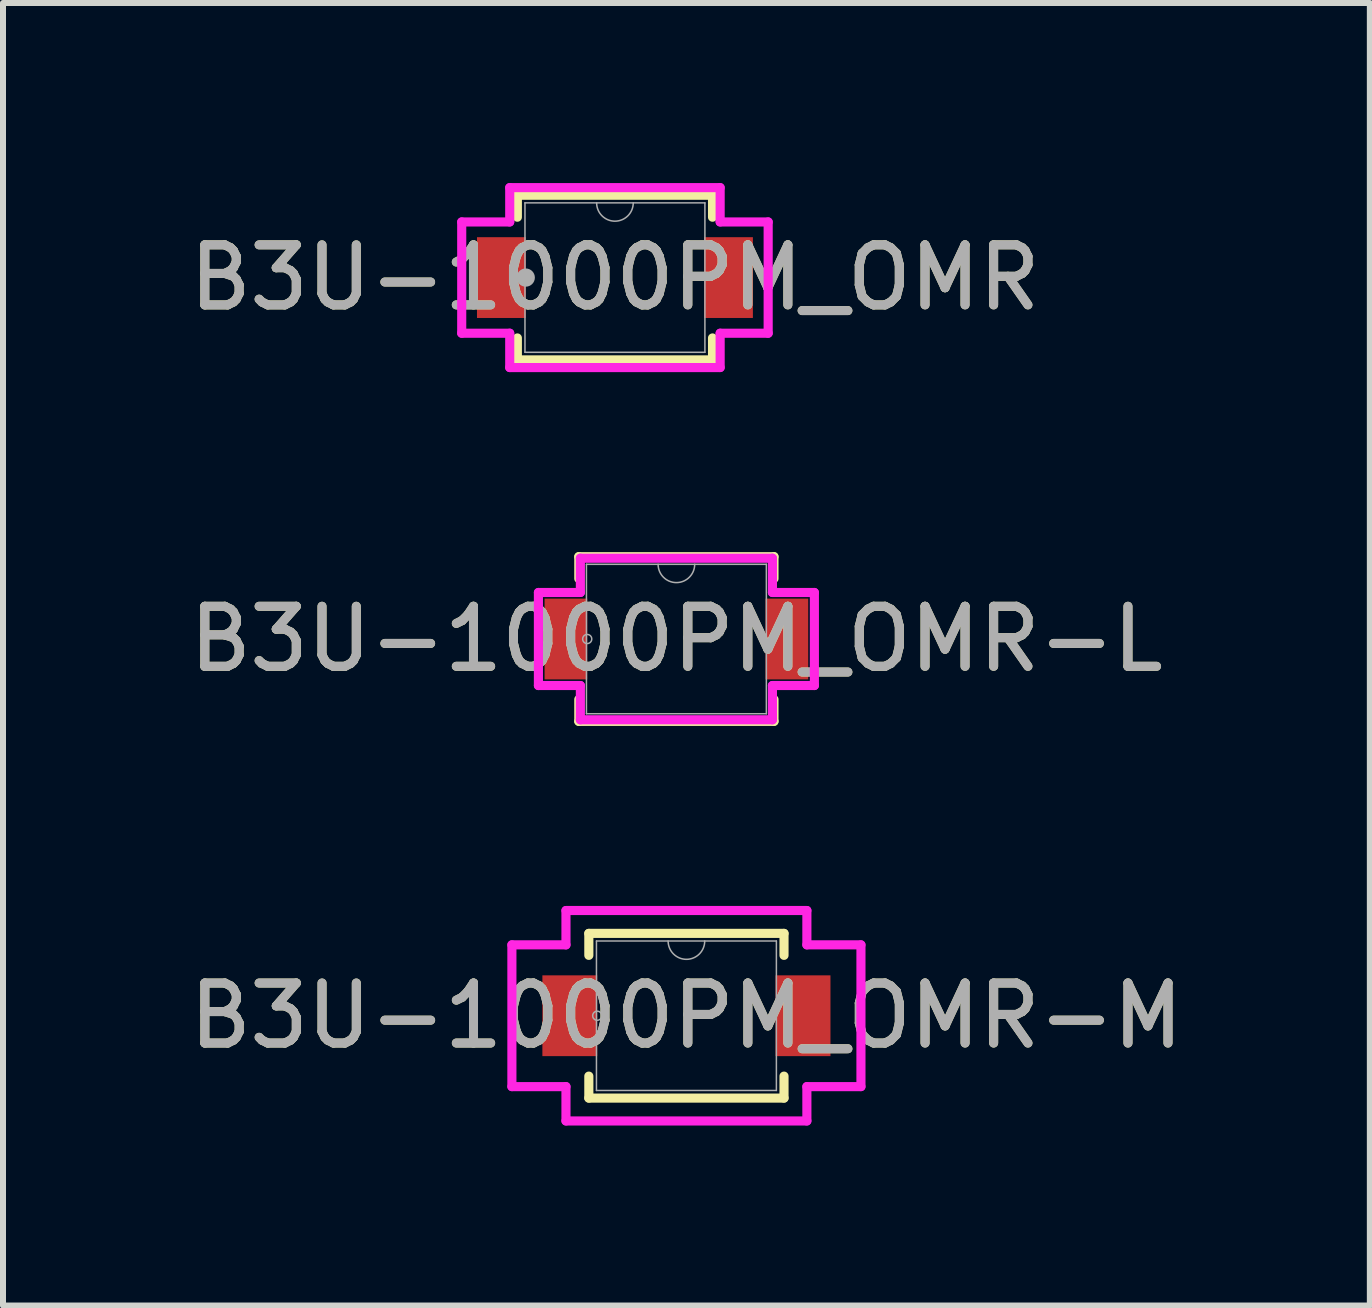
<source format=kicad_pcb>
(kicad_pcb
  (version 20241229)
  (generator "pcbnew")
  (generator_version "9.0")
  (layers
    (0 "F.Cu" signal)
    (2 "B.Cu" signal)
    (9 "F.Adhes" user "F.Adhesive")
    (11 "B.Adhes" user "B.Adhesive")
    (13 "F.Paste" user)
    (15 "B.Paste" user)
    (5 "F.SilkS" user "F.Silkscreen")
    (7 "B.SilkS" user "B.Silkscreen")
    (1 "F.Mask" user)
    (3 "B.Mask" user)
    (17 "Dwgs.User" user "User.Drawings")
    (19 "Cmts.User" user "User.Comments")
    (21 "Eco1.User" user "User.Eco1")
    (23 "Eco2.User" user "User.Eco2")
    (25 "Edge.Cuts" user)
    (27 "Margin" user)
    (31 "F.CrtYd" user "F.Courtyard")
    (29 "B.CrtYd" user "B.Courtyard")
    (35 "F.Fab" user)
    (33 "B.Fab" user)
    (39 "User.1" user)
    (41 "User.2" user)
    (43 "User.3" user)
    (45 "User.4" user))
  (footprint "B3U-1000PM_OMR-L"
    (layer "F.Cu")
    (at 8.22 7.597)
    (property "Reference" "B3U-1000PM_OMR-L" (at 0 0 0) (unlocked yes) (layer "F.SilkS") (effects (font (size 1 1) (thickness 0.15))))
    (attr smd)
    (fp_line (start -1.626 -1.372) (end -1.626 -1.006) (stroke (width 0.152) (type solid)) (layer "F.SilkS"))
    (fp_line (start -1.626 1.006) (end -1.626 1.372) (stroke (width 0.152) (type solid)) (layer "F.SilkS"))
    (fp_line (start -1.626 1.372) (end 1.626 1.372) (stroke (width 0.152) (type solid)) (layer "F.SilkS"))
    (fp_line (start 1.626 -1.372) (end -1.626 -1.372) (stroke (width 0.152) (type solid)) (layer "F.SilkS"))
    (fp_line (start 1.626 -1.006) (end 1.626 -1.372) (stroke (width 0.152) (type solid)) (layer "F.SilkS"))
    (fp_line (start 1.626 1.372) (end 1.626 1.006) (stroke (width 0.152) (type solid)) (layer "F.SilkS"))
    (fp_line (start -2.299 -0.775) (end -1.6 -0.775) (stroke (width 0.152) (type solid)) (layer "F.CrtYd"))
    (fp_line (start -2.299 0.775) (end -2.299 -0.775) (stroke (width 0.152) (type solid)) (layer "F.CrtYd"))
    (fp_line (start -2.299 0.775) (end -1.6 0.775) (stroke (width 0.152) (type solid)) (layer "F.CrtYd"))
    (fp_line (start -1.6 -1.346) (end 1.6 -1.346) (stroke (width 0.152) (type solid)) (layer "F.CrtYd"))
    (fp_line (start -1.6 -0.775) (end -1.6 -1.346) (stroke (width 0.152) (type solid)) (layer "F.CrtYd"))
    (fp_line (start -1.6 1.346) (end -1.6 0.775) (stroke (width 0.152) (type solid)) (layer "F.CrtYd"))
    (fp_line (start 1.6 -1.346) (end 1.6 -0.775) (stroke (width 0.152) (type solid)) (layer "F.CrtYd"))
    (fp_line (start 1.6 0.775) (end 1.6 1.346) (stroke (width 0.152) (type solid)) (layer "F.CrtYd"))
    (fp_line (start 1.6 1.346) (end -1.6 1.346) (stroke (width 0.152) (type solid)) (layer "F.CrtYd"))
    (fp_line (start 2.299 -0.775) (end 1.6 -0.775) (stroke (width 0.152) (type solid)) (layer "F.CrtYd"))
    (fp_line (start 2.299 -0.775) (end 2.299 0.775) (stroke (width 0.152) (type solid)) (layer "F.CrtYd"))
    (fp_line (start 2.299 0.775) (end 1.6 0.775) (stroke (width 0.152) (type solid)) (layer "F.CrtYd"))
    (fp_line (start -1.499 -1.245) (end -1.499 1.245) (stroke (width 0.025) (type solid)) (layer "F.Fab"))
    (fp_line (start -1.499 1.245) (end 1.499 1.245) (stroke (width 0.025) (type solid)) (layer "F.Fab"))
    (fp_line (start 1.499 -1.245) (end -1.499 -1.245) (stroke (width 0.025) (type solid)) (layer "F.Fab"))
    (fp_line (start 1.499 1.245) (end 1.499 -1.245) (stroke (width 0.025) (type solid)) (layer "F.Fab"))
    (fp_arc (start 0.3048 -1.2446) (mid 0 -0.9398) (end -0.3048 -1.2446) (stroke (width 0.0254) (type solid)) (layer "F.Fab"))
    (fp_circle (center -1.486 0) (end -1.41 0) (stroke (width 0.025) (type solid)) (fill no) (layer "F.Fab"))
    (fp_text user "${REFERENCE}" (at 0 0 0) (unlocked yes) (layer "F.Fab") (effects (font (size 1 1) (thickness 0.15))))
    (pad "1" smd rect (at -1.841 0) (size 0.711 1.346) (layers "F.Cu" "F.Mask" "F.Paste"))
    (pad "2" smd rect (at 1.841 0) (size 0.711 1.346) (layers "F.Cu" "F.Mask" "F.Paste")))
  (footprint "B3U-1000PM_OMR"
    (layer "F.Cu")
    (at 7.196 1.575)
    (property "Reference" "B3U-1000PM_OMR" (at 0 0 0) (unlocked yes) (layer "F.SilkS") (effects (font (size 1 1) (thickness 0.15))))
    (attr smd)
    (fp_line (start -1.626 -1.372) (end -1.626 -1.006) (stroke (width 0.152) (type solid)) (layer "F.SilkS"))
    (fp_line (start -1.626 1.006) (end -1.626 1.372) (stroke (width 0.152) (type solid)) (layer "F.SilkS"))
    (fp_line (start -1.626 1.372) (end 1.626 1.372) (stroke (width 0.152) (type solid)) (layer "F.SilkS"))
    (fp_line (start 1.626 -1.372) (end -1.626 -1.372) (stroke (width 0.152) (type solid)) (layer "F.SilkS"))
    (fp_line (start 1.626 -1.006) (end 1.626 -1.372) (stroke (width 0.152) (type solid)) (layer "F.SilkS"))
    (fp_line (start 1.626 1.372) (end 1.626 1.006) (stroke (width 0.152) (type solid)) (layer "F.SilkS"))
    (fp_line (start -2.553 -0.927) (end -1.753 -0.927) (stroke (width 0.152) (type solid)) (layer "F.CrtYd"))
    (fp_line (start -2.553 0.927) (end -2.553 -0.927) (stroke (width 0.152) (type solid)) (layer "F.CrtYd"))
    (fp_line (start -2.553 0.927) (end -1.753 0.927) (stroke (width 0.152) (type solid)) (layer "F.CrtYd"))
    (fp_line (start -1.753 -1.499) (end 1.753 -1.499) (stroke (width 0.152) (type solid)) (layer "F.CrtYd"))
    (fp_line (start -1.753 -0.927) (end -1.753 -1.499) (stroke (width 0.152) (type solid)) (layer "F.CrtYd"))
    (fp_line (start -1.753 1.499) (end -1.753 0.927) (stroke (width 0.152) (type solid)) (layer "F.CrtYd"))
    (fp_line (start 1.753 -1.499) (end 1.753 -0.927) (stroke (width 0.152) (type solid)) (layer "F.CrtYd"))
    (fp_line (start 1.753 0.927) (end 1.753 1.499) (stroke (width 0.152) (type solid)) (layer "F.CrtYd"))
    (fp_line (start 1.753 1.499) (end -1.753 1.499) (stroke (width 0.152) (type solid)) (layer "F.CrtYd"))
    (fp_line (start 2.553 -0.927) (end 1.753 -0.927) (stroke (width 0.152) (type solid)) (layer "F.CrtYd"))
    (fp_line (start 2.553 -0.927) (end 2.553 0.927) (stroke (width 0.152) (type solid)) (layer "F.CrtYd"))
    (fp_line (start 2.553 0.927) (end 1.753 0.927) (stroke (width 0.152) (type solid)) (layer "F.CrtYd"))
    (fp_line (start -1.499 -1.245) (end -1.499 1.245) (stroke (width 0.025) (type solid)) (layer "F.Fab"))
    (fp_line (start -1.499 1.245) (end 1.499 1.245) (stroke (width 0.025) (type solid)) (layer "F.Fab"))
    (fp_line (start 1.499 -1.245) (end -1.499 -1.245) (stroke (width 0.025) (type solid)) (layer "F.Fab"))
    (fp_line (start 1.499 1.245) (end 1.499 -1.245) (stroke (width 0.025) (type solid)) (layer "F.Fab"))
    (fp_arc (start 0.3048 -1.2446) (mid 0 -0.9398) (end -0.3048 -1.2446) (stroke (width 0.0254) (type solid)) (layer "F.Fab"))
    (fp_circle (center -1.486 0) (end -1.486 0) (stroke (width 0.152) (type solid)) (fill no) (layer "F.Fab"))
    (fp_text user "${REFERENCE}" (at 0 0 0) (unlocked yes) (layer "F.Fab") (effects (font (size 1 1) (thickness 0.15))))
    (pad "1" smd rect (at -1.892 0) (size 0.813 1.346) (layers "F.Cu" "F.Mask" "F.Paste"))
    (pad "2" smd rect (at 1.892 0) (size 0.813 1.346) (layers "F.Cu" "F.Mask" "F.Paste")))
  (footprint "B3U-1000PM_OMR-M"
    (layer "F.Cu")
    (at 8.387 13.874)
    (property "Reference" "B3U-1000PM_OMR-M" (at 0 0 0) (unlocked yes) (layer "F.SilkS") (effects (font (size 1 1) (thickness 0.15))))
    (attr smd)
    (fp_line (start -1.626 -1.372) (end -1.626 -1.006) (stroke (width 0.152) (type solid)) (layer "F.SilkS"))
    (fp_line (start -1.626 1.006) (end -1.626 1.372) (stroke (width 0.152) (type solid)) (layer "F.SilkS"))
    (fp_line (start -1.626 1.372) (end 1.626 1.372) (stroke (width 0.152) (type solid)) (layer "F.SilkS"))
    (fp_line (start 1.626 -1.372) (end -1.626 -1.372) (stroke (width 0.152) (type solid)) (layer "F.SilkS"))
    (fp_line (start 1.626 -1.006) (end 1.626 -1.372) (stroke (width 0.152) (type solid)) (layer "F.SilkS"))
    (fp_line (start 1.626 1.372) (end 1.626 1.006) (stroke (width 0.152) (type solid)) (layer "F.SilkS"))
    (fp_line (start -2.908 -1.181) (end -2.007 -1.181) (stroke (width 0.152) (type solid)) (layer "F.CrtYd"))
    (fp_line (start -2.908 1.181) (end -2.908 -1.181) (stroke (width 0.152) (type solid)) (layer "F.CrtYd"))
    (fp_line (start -2.908 1.181) (end -2.007 1.181) (stroke (width 0.152) (type solid)) (layer "F.CrtYd"))
    (fp_line (start -2.007 -1.753) (end 2.007 -1.753) (stroke (width 0.152) (type solid)) (layer "F.CrtYd"))
    (fp_line (start -2.007 -1.181) (end -2.007 -1.753) (stroke (width 0.152) (type solid)) (layer "F.CrtYd"))
    (fp_line (start -2.007 1.753) (end -2.007 1.181) (stroke (width 0.152) (type solid)) (layer "F.CrtYd"))
    (fp_line (start 2.007 -1.753) (end 2.007 -1.181) (stroke (width 0.152) (type solid)) (layer "F.CrtYd"))
    (fp_line (start 2.007 1.181) (end 2.007 1.753) (stroke (width 0.152) (type solid)) (layer "F.CrtYd"))
    (fp_line (start 2.007 1.753) (end -2.007 1.753) (stroke (width 0.152) (type solid)) (layer "F.CrtYd"))
    (fp_line (start 2.908 -1.181) (end 2.007 -1.181) (stroke (width 0.152) (type solid)) (layer "F.CrtYd"))
    (fp_line (start 2.908 -1.181) (end 2.908 1.181) (stroke (width 0.152) (type solid)) (layer "F.CrtYd"))
    (fp_line (start 2.908 1.181) (end 2.007 1.181) (stroke (width 0.152) (type solid)) (layer "F.CrtYd"))
    (fp_line (start -1.499 -1.245) (end -1.499 1.245) (stroke (width 0.025) (type solid)) (layer "F.Fab"))
    (fp_line (start -1.499 1.245) (end 1.499 1.245) (stroke (width 0.025) (type solid)) (layer "F.Fab"))
    (fp_line (start 1.499 -1.245) (end -1.499 -1.245) (stroke (width 0.025) (type solid)) (layer "F.Fab"))
    (fp_line (start 1.499 1.245) (end 1.499 -1.245) (stroke (width 0.025) (type solid)) (layer "F.Fab"))
    (fp_arc (start 0.3048 -1.2446) (mid 0 -0.9398) (end -0.3048 -1.2446) (stroke (width 0.0254) (type solid)) (layer "F.Fab"))
    (fp_circle (center -1.486 0) (end -1.41 0) (stroke (width 0.025) (type solid)) (fill no) (layer "F.Fab"))
    (fp_text user "${REFERENCE}" (at 0 0 0) (unlocked yes) (layer "F.Fab") (effects (font (size 1 1) (thickness 0.15))))
    (pad "1" smd rect (at -1.943 0) (size 0.914 1.346) (layers "F.Cu" "F.Mask" "F.Paste"))
    (pad "2" smd rect (at 1.943 0) (size 0.914 1.346) (layers "F.Cu" "F.Mask" "F.Paste")))
  (gr_rect
    (start -3 -3)
    (end 19.774 18.703)
    (stroke (width 0.1) (type default))
    (fill no)
    (layer "Edge.Cuts")))
</source>
